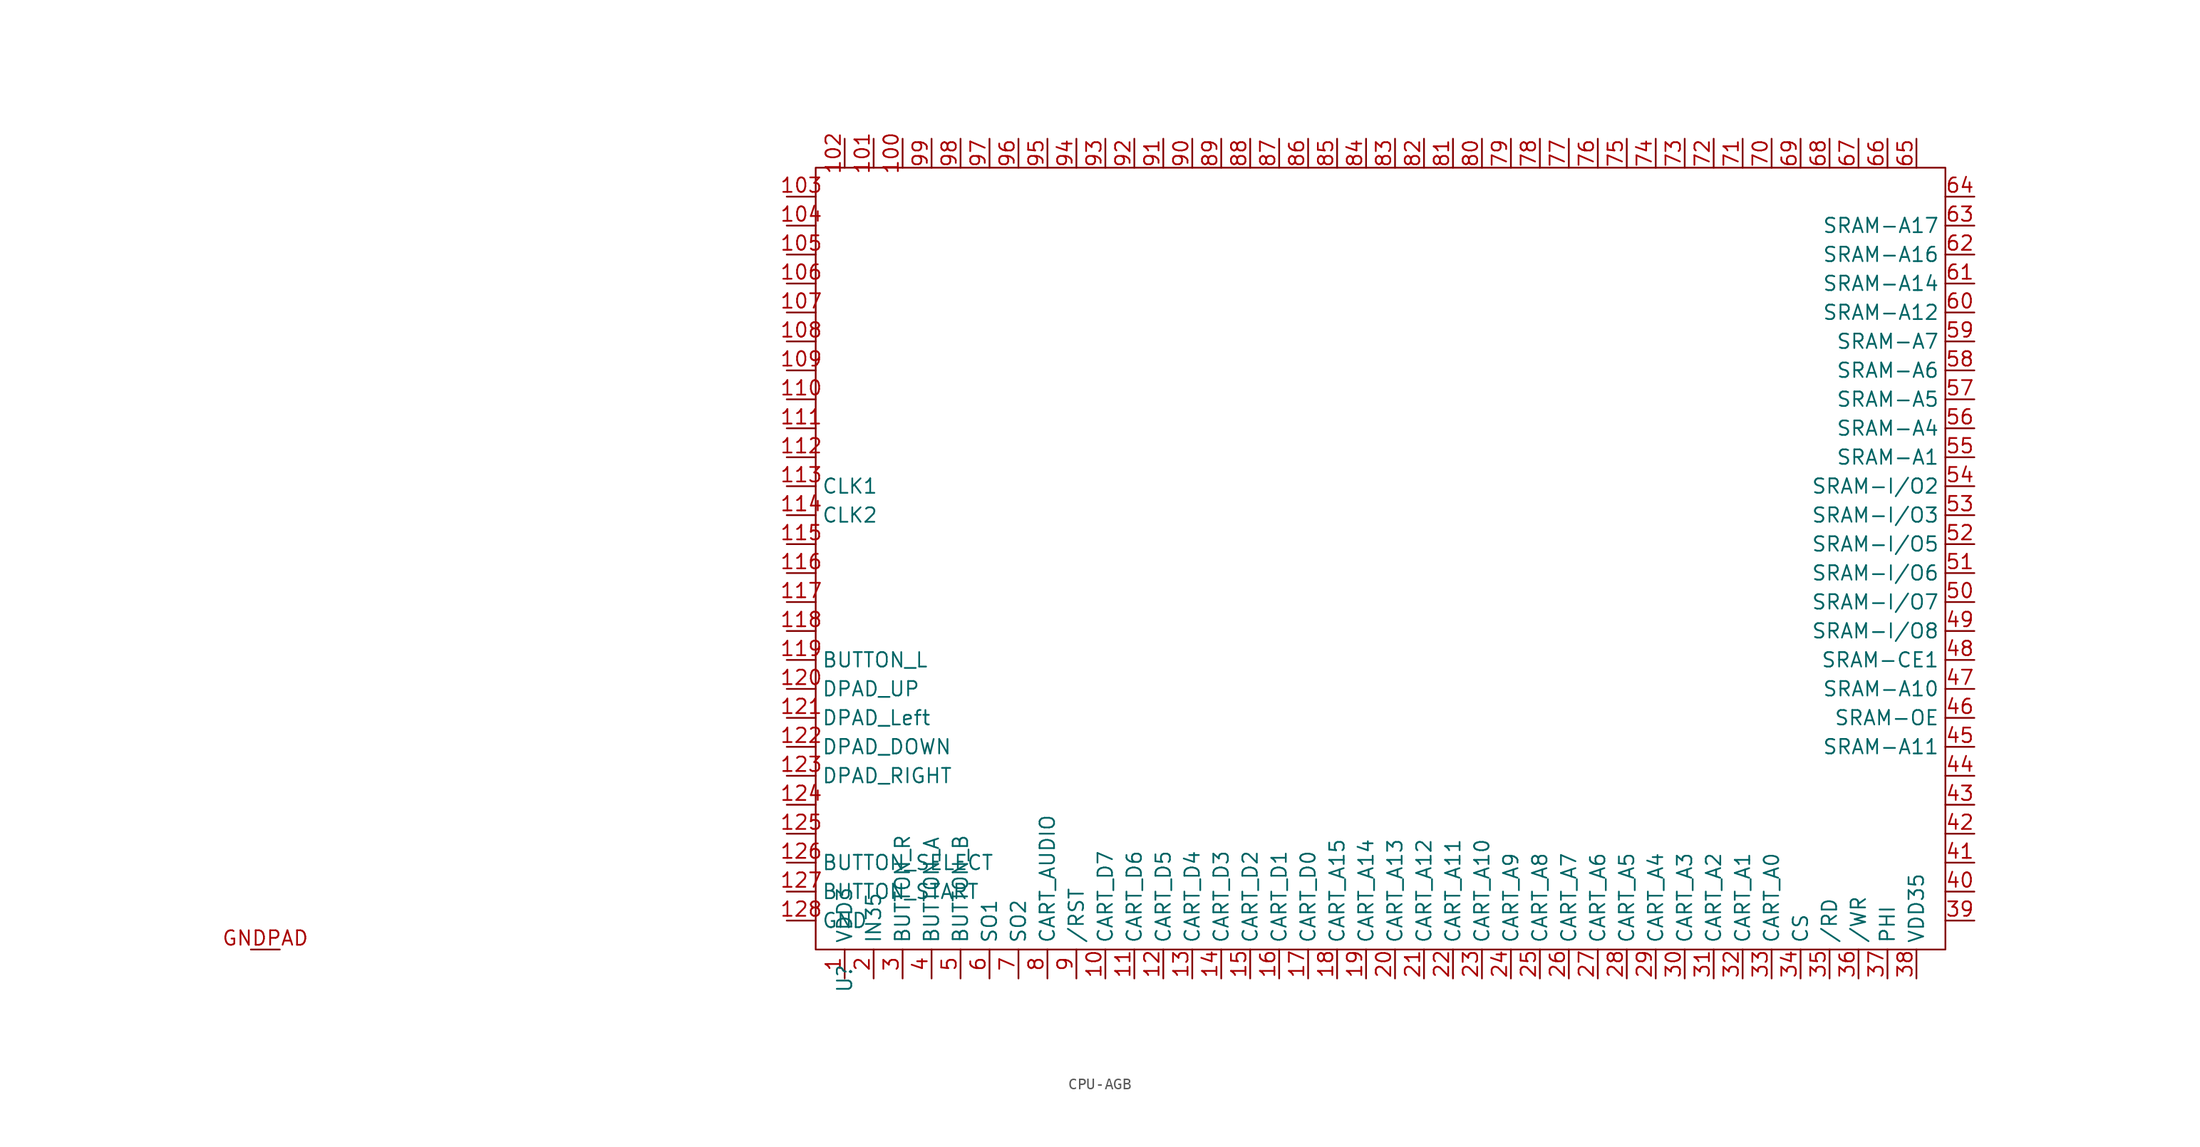
<source format=kicad_sym>
(kicad_symbol_lib
  (version 20220914)
  (generator kicad_symbol_editor)
  (symbol "CPU-AGB"
    (property "Reference" "U"
      (at -40.64 -43.18 90)
      (effects (font (size 1.27 1.27))))
    (property "Value" ""
      (at -40.64 -43.18 90)
      (effects (font (size 1.27 1.27))))
    (symbol "CPU-AGB_0_0"
      (pin input line (at -40.64 -43.18 90) (length 2.54) (name "VDD3" (effects (font (size 1.27 1.27)))) (number "1" (effects (font (size 1.27 1.27)))))
      (pin bidirectional line (at -17.78 -43.18 90) (length 2.54) (name "CART_D7" (effects (font (size 1.27 1.27)))) (number "10" (effects (font (size 1.27 1.27)))))
      (pin unspecified line (at -35.56 30.48 270) (length 2.54) (name "" (effects (font (size 1.27 1.27)))) (number "100" (effects (font (size 1.27 1.27)))))
      (pin unspecified line (at -38.1 30.48 270) (length 2.54) (name "" (effects (font (size 1.27 1.27)))) (number "101" (effects (font (size 1.27 1.27)))))
      (pin unspecified line (at -40.64 30.48 270) (length 2.54) (name "" (effects (font (size 1.27 1.27)))) (number "102" (effects (font (size 1.27 1.27)))))
      (pin unspecified line (at -45.72 25.4 0) (length 2.54) (name "" (effects (font (size 1.27 1.27)))) (number "103" (effects (font (size 1.27 1.27)))))
      (pin unspecified line (at -45.72 22.86 0) (length 2.54) (name "" (effects (font (size 1.27 1.27)))) (number "104" (effects (font (size 1.27 1.27)))))
      (pin unspecified line (at -45.72 20.32 0) (length 2.54) (name "" (effects (font (size 1.27 1.27)))) (number "105" (effects (font (size 1.27 1.27)))))
      (pin unspecified line (at -45.72 17.78 0) (length 2.54) (name "" (effects (font (size 1.27 1.27)))) (number "106" (effects (font (size 1.27 1.27)))))
      (pin unspecified line (at -45.72 15.24 0) (length 2.54) (name "" (effects (font (size 1.27 1.27)))) (number "107" (effects (font (size 1.27 1.27)))))
      (pin unspecified line (at -45.72 12.7 0) (length 2.54) (name "" (effects (font (size 1.27 1.27)))) (number "108" (effects (font (size 1.27 1.27)))))
      (pin unspecified line (at -45.72 10.16 0) (length 2.54) (name "" (effects (font (size 1.27 1.27)))) (number "109" (effects (font (size 1.27 1.27)))))
      (pin bidirectional line (at -15.24 -43.18 90) (length 2.54) (name "CART_D6" (effects (font (size 1.27 1.27)))) (number "11" (effects (font (size 1.27 1.27)))))
      (pin unspecified line (at -45.72 7.62 0) (length 2.54) (name "" (effects (font (size 1.27 1.27)))) (number "110" (effects (font (size 1.27 1.27)))))
      (pin unspecified line (at -45.72 5.08 0) (length 2.54) (name "" (effects (font (size 1.27 1.27)))) (number "111" (effects (font (size 1.27 1.27)))))
      (pin unspecified line (at -45.72 2.54 0) (length 2.54) (name "" (effects (font (size 1.27 1.27)))) (number "112" (effects (font (size 1.27 1.27)))))
      (pin input line (at -45.72 0 0) (length 2.54) (name "CLK1" (effects (font (size 1.27 1.27)))) (number "113" (effects (font (size 1.27 1.27)))))
      (pin input line (at -45.72 -2.54 0) (length 2.54) (name "CLK2" (effects (font (size 1.27 1.27)))) (number "114" (effects (font (size 1.27 1.27)))))
      (pin unspecified line (at -45.72 -5.08 0) (length 2.54) (name "" (effects (font (size 1.27 1.27)))) (number "115" (effects (font (size 1.27 1.27)))))
      (pin unspecified line (at -45.72 -7.62 0) (length 2.54) (name "" (effects (font (size 1.27 1.27)))) (number "116" (effects (font (size 1.27 1.27)))))
      (pin unspecified line (at -45.72 -10.16 0) (length 2.54) (name "" (effects (font (size 1.27 1.27)))) (number "117" (effects (font (size 1.27 1.27)))))
      (pin unspecified line (at -45.72 -12.7 0) (length 2.54) (name "" (effects (font (size 1.27 1.27)))) (number "118" (effects (font (size 1.27 1.27)))))
      (pin input line (at -45.72 -15.24 0) (length 2.54) (name "BUTTON_L" (effects (font (size 1.27 1.27)))) (number "119" (effects (font (size 1.27 1.27)))))
      (pin bidirectional line (at -12.7 -43.18 90) (length 2.54) (name "CART_D5" (effects (font (size 1.27 1.27)))) (number "12" (effects (font (size 1.27 1.27)))))
      (pin input line (at -45.72 -17.78 0) (length 2.54) (name "DPAD_UP" (effects (font (size 1.27 1.27)))) (number "120" (effects (font (size 1.27 1.27)))))
      (pin input line (at -45.72 -20.32 0) (length 2.54) (name "DPAD_Left" (effects (font (size 1.27 1.27)))) (number "121" (effects (font (size 1.27 1.27)))))
      (pin input line (at -45.72 -22.86 0) (length 2.54) (name "DPAD_DOWN" (effects (font (size 1.27 1.27)))) (number "122" (effects (font (size 1.27 1.27)))))
      (pin input line (at -45.72 -25.4 0) (length 2.54) (name "DPAD_RIGHT" (effects (font (size 1.27 1.27)))) (number "123" (effects (font (size 1.27 1.27)))))
      (pin unspecified line (at -45.72 -27.94 0) (length 2.54) (name "" (effects (font (size 1.27 1.27)))) (number "124" (effects (font (size 1.27 1.27)))))
      (pin unspecified line (at -45.72 -30.48 0) (length 2.54) (name "" (effects (font (size 1.27 1.27)))) (number "125" (effects (font (size 1.27 1.27)))))
      (pin input line (at -45.72 -33.02 0) (length 2.54) (name "BUTTON_SELECT" (effects (font (size 1.27 1.27)))) (number "126" (effects (font (size 1.27 1.27)))))
      (pin input line (at -45.72 -35.56 0) (length 2.54) (name "BUTTON_START" (effects (font (size 1.27 1.27)))) (number "127" (effects (font (size 1.27 1.27)))))
      (pin passive line (at -45.72 -38.1 0) (length 2.54) (name "GND" (effects (font (size 1.27 1.27)))) (number "128" (effects (font (size 1.27 1.27)))))
      (pin bidirectional line (at -10.16 -43.18 90) (length 2.54) (name "CART_D4" (effects (font (size 1.27 1.27)))) (number "13" (effects (font (size 1.27 1.27)))))
      (pin bidirectional line (at -7.62 -43.18 90) (length 2.54) (name "CART_D3" (effects (font (size 1.27 1.27)))) (number "14" (effects (font (size 1.27 1.27)))))
      (pin bidirectional line (at -5.08 -43.18 90) (length 2.54) (name "CART_D2" (effects (font (size 1.27 1.27)))) (number "15" (effects (font (size 1.27 1.27)))))
      (pin bidirectional line (at -2.54 -43.18 90) (length 2.54) (name "CART_D1" (effects (font (size 1.27 1.27)))) (number "16" (effects (font (size 1.27 1.27)))))
      (pin bidirectional line (at 0 -43.18 90) (length 2.54) (name "CART_D0" (effects (font (size 1.27 1.27)))) (number "17" (effects (font (size 1.27 1.27)))))
      (pin output line (at 2.54 -43.18 90) (length 2.54) (name "CART_A15" (effects (font (size 1.27 1.27)))) (number "18" (effects (font (size 1.27 1.27)))))
      (pin output line (at 5.08 -43.18 90) (length 2.54) (name "CART_A14" (effects (font (size 1.27 1.27)))) (number "19" (effects (font (size 1.27 1.27)))))
      (pin input line (at -38.1 -43.18 90) (length 2.54) (name "IN35" (effects (font (size 1.27 1.27)))) (number "2" (effects (font (size 1.27 1.27)))))
      (pin output line (at 7.62 -43.18 90) (length 2.54) (name "CART_A13" (effects (font (size 1.27 1.27)))) (number "20" (effects (font (size 1.27 1.27)))))
      (pin output line (at 10.16 -43.18 90) (length 2.54) (name "CART_A12" (effects (font (size 1.27 1.27)))) (number "21" (effects (font (size 1.27 1.27)))))
      (pin output line (at 12.7 -43.18 90) (length 2.54) (name "CART_A11" (effects (font (size 1.27 1.27)))) (number "22" (effects (font (size 1.27 1.27)))))
      (pin output line (at 15.24 -43.18 90) (length 2.54) (name "CART_A10" (effects (font (size 1.27 1.27)))) (number "23" (effects (font (size 1.27 1.27)))))
      (pin output line (at 17.78 -43.18 90) (length 2.54) (name "CART_A9" (effects (font (size 1.27 1.27)))) (number "24" (effects (font (size 1.27 1.27)))))
      (pin output line (at 20.32 -43.18 90) (length 2.54) (name "CART_A8" (effects (font (size 1.27 1.27)))) (number "25" (effects (font (size 1.27 1.27)))))
      (pin output line (at 22.86 -43.18 90) (length 2.54) (name "CART_A7" (effects (font (size 1.27 1.27)))) (number "26" (effects (font (size 1.27 1.27)))))
      (pin output line (at 25.4 -43.18 90) (length 2.54) (name "CART_A6" (effects (font (size 1.27 1.27)))) (number "27" (effects (font (size 1.27 1.27)))))
      (pin output line (at 27.94 -43.18 90) (length 2.54) (name "CART_A5" (effects (font (size 1.27 1.27)))) (number "28" (effects (font (size 1.27 1.27)))))
      (pin output line (at 30.48 -43.18 90) (length 2.54) (name "CART_A4" (effects (font (size 1.27 1.27)))) (number "29" (effects (font (size 1.27 1.27)))))
      (pin input line (at -35.56 -43.18 90) (length 2.54) (name "BUTTON_R" (effects (font (size 1.27 1.27)))) (number "3" (effects (font (size 1.27 1.27)))))
      (pin output line (at 33.02 -43.18 90) (length 2.54) (name "CART_A3" (effects (font (size 1.27 1.27)))) (number "30" (effects (font (size 1.27 1.27)))))
      (pin output line (at 35.56 -43.18 90) (length 2.54) (name "CART_A2" (effects (font (size 1.27 1.27)))) (number "31" (effects (font (size 1.27 1.27)))))
      (pin output line (at 38.1 -43.18 90) (length 2.54) (name "CART_A1" (effects (font (size 1.27 1.27)))) (number "32" (effects (font (size 1.27 1.27)))))
      (pin output line (at 40.64 -43.18 90) (length 2.54) (name "CART_A0" (effects (font (size 1.27 1.27)))) (number "33" (effects (font (size 1.27 1.27)))))
      (pin output line (at 43.18 -43.18 90) (length 2.54) (name "CS" (effects (font (size 1.27 1.27)))) (number "34" (effects (font (size 1.27 1.27)))))
      (pin input line (at 45.72 -43.18 90) (length 2.54) (name "/RD" (effects (font (size 1.27 1.27)))) (number "35" (effects (font (size 1.27 1.27)))))
      (pin input line (at 48.26 -43.18 90) (length 2.54) (name "/WR" (effects (font (size 1.27 1.27)))) (number "36" (effects (font (size 1.27 1.27)))))
      (pin output line (at 50.8 -43.18 90) (length 2.54) (name "PHI" (effects (font (size 1.27 1.27)))) (number "37" (effects (font (size 1.27 1.27)))))
      (pin output line (at 53.34 -43.18 90) (length 2.54) (name "VDD35" (effects (font (size 1.27 1.27)))) (number "38" (effects (font (size 1.27 1.27)))))
      (pin unspecified line (at 58.42 -38.1 180) (length 2.54) (name "" (effects (font (size 1.27 1.27)))) (number "39" (effects (font (size 1.27 1.27)))))
      (pin input line (at -33.02 -43.18 90) (length 2.54) (name "BUTTON_A" (effects (font (size 1.27 1.27)))) (number "4" (effects (font (size 1.27 1.27)))))
      (pin unspecified line (at 58.42 -35.56 180) (length 2.54) (name "" (effects (font (size 1.27 1.27)))) (number "40" (effects (font (size 1.27 1.27)))))
      (pin unspecified line (at 58.42 -33.02 180) (length 2.54) (name "" (effects (font (size 1.27 1.27)))) (number "41" (effects (font (size 1.27 1.27)))))
      (pin unspecified line (at 58.42 -30.48 180) (length 2.54) (name "" (effects (font (size 1.27 1.27)))) (number "42" (effects (font (size 1.27 1.27)))))
      (pin unspecified line (at 58.42 -27.94 180) (length 2.54) (name "" (effects (font (size 1.27 1.27)))) (number "43" (effects (font (size 1.27 1.27)))))
      (pin unspecified line (at 58.42 -25.4 180) (length 2.54) (name "" (effects (font (size 1.27 1.27)))) (number "44" (effects (font (size 1.27 1.27)))))
      (pin output line (at 58.42 -22.86 180) (length 2.54) (name "SRAM-A11" (effects (font (size 1.27 1.27)))) (number "45" (effects (font (size 1.27 1.27)))))
      (pin unspecified line (at 58.42 -20.32 180) (length 2.54) (name "SRAM-OE" (effects (font (size 1.27 1.27)))) (number "46" (effects (font (size 1.27 1.27)))))
      (pin output line (at 58.42 -17.78 180) (length 2.54) (name "SRAM-A10" (effects (font (size 1.27 1.27)))) (number "47" (effects (font (size 1.27 1.27)))))
      (pin unspecified line (at 58.42 -15.24 180) (length 2.54) (name "SRAM-CE1" (effects (font (size 1.27 1.27)))) (number "48" (effects (font (size 1.27 1.27)))))
      (pin bidirectional line (at 58.42 -12.7 180) (length 2.54) (name "SRAM-I/O8" (effects (font (size 1.27 1.27)))) (number "49" (effects (font (size 1.27 1.27)))))
      (pin input line (at -30.48 -43.18 90) (length 2.54) (name "BUTTON_B" (effects (font (size 1.27 1.27)))) (number "5" (effects (font (size 1.27 1.27)))))
      (pin bidirectional line (at 58.42 -10.16 180) (length 2.54) (name "SRAM-I/O7" (effects (font (size 1.27 1.27)))) (number "50" (effects (font (size 1.27 1.27)))))
      (pin bidirectional line (at 58.42 -7.62 180) (length 2.54) (name "SRAM-I/O6" (effects (font (size 1.27 1.27)))) (number "51" (effects (font (size 1.27 1.27)))))
      (pin bidirectional line (at 58.42 -5.08 180) (length 2.54) (name "SRAM-I/O5" (effects (font (size 1.27 1.27)))) (number "52" (effects (font (size 1.27 1.27)))))
      (pin bidirectional line (at 58.42 -2.54 180) (length 2.54) (name "SRAM-I/O3" (effects (font (size 1.27 1.27)))) (number "53" (effects (font (size 1.27 1.27)))))
      (pin bidirectional line (at 58.42 0 180) (length 2.54) (name "SRAM-I/O2" (effects (font (size 1.27 1.27)))) (number "54" (effects (font (size 1.27 1.27)))))
      (pin output line (at 58.42 2.54 180) (length 2.54) (name "SRAM-A1" (effects (font (size 1.27 1.27)))) (number "55" (effects (font (size 1.27 1.27)))))
      (pin output line (at 58.42 5.08 180) (length 2.54) (name "SRAM-A4" (effects (font (size 1.27 1.27)))) (number "56" (effects (font (size 1.27 1.27)))))
      (pin output line (at 58.42 7.62 180) (length 2.54) (name "SRAM-A5" (effects (font (size 1.27 1.27)))) (number "57" (effects (font (size 1.27 1.27)))))
      (pin output line (at 58.42 10.16 180) (length 2.54) (name "SRAM-A6" (effects (font (size 1.27 1.27)))) (number "58" (effects (font (size 1.27 1.27)))))
      (pin output line (at 58.42 12.7 180) (length 2.54) (name "SRAM-A7" (effects (font (size 1.27 1.27)))) (number "59" (effects (font (size 1.27 1.27)))))
      (pin output line (at -27.94 -43.18 90) (length 2.54) (name "SO1" (effects (font (size 1.27 1.27)))) (number "6" (effects (font (size 1.27 1.27)))))
      (pin output line (at 58.42 15.24 180) (length 2.54) (name "SRAM-A12" (effects (font (size 1.27 1.27)))) (number "60" (effects (font (size 1.27 1.27)))))
      (pin output line (at 58.42 17.78 180) (length 2.54) (name "SRAM-A14" (effects (font (size 1.27 1.27)))) (number "61" (effects (font (size 1.27 1.27)))))
      (pin output line (at 58.42 20.32 180) (length 2.54) (name "SRAM-A16" (effects (font (size 1.27 1.27)))) (number "62" (effects (font (size 1.27 1.27)))))
      (pin output line (at 58.42 22.86 180) (length 2.54) (name "SRAM-A17" (effects (font (size 1.27 1.27)))) (number "63" (effects (font (size 1.27 1.27)))))
      (pin unspecified line (at 58.42 25.4 180) (length 2.54) (name "" (effects (font (size 1.27 1.27)))) (number "64" (effects (font (size 1.27 1.27)))))
      (pin unspecified line (at 53.34 30.48 270) (length 2.54) (name "" (effects (font (size 1.27 1.27)))) (number "65" (effects (font (size 1.27 1.27)))))
      (pin unspecified line (at 50.8 30.48 270) (length 2.54) (name "" (effects (font (size 1.27 1.27)))) (number "66" (effects (font (size 1.27 1.27)))))
      (pin unspecified line (at 48.26 30.48 270) (length 2.54) (name "" (effects (font (size 1.27 1.27)))) (number "67" (effects (font (size 1.27 1.27)))))
      (pin unspecified line (at 45.72 30.48 270) (length 2.54) (name "" (effects (font (size 1.27 1.27)))) (number "68" (effects (font (size 1.27 1.27)))))
      (pin unspecified line (at 43.18 30.48 270) (length 2.54) (name "" (effects (font (size 1.27 1.27)))) (number "69" (effects (font (size 1.27 1.27)))))
      (pin output line (at -25.4 -43.18 90) (length 2.54) (name "SO2" (effects (font (size 1.27 1.27)))) (number "7" (effects (font (size 1.27 1.27)))))
      (pin unspecified line (at 40.64 30.48 270) (length 2.54) (name "" (effects (font (size 1.27 1.27)))) (number "70" (effects (font (size 1.27 1.27)))))
      (pin unspecified line (at 38.1 30.48 270) (length 2.54) (name "" (effects (font (size 1.27 1.27)))) (number "71" (effects (font (size 1.27 1.27)))))
      (pin unspecified line (at 35.56 30.48 270) (length 2.54) (name "" (effects (font (size 1.27 1.27)))) (number "72" (effects (font (size 1.27 1.27)))))
      (pin unspecified line (at 33.02 30.48 270) (length 2.54) (name "" (effects (font (size 1.27 1.27)))) (number "73" (effects (font (size 1.27 1.27)))))
      (pin unspecified line (at 30.48 30.48 270) (length 2.54) (name "" (effects (font (size 1.27 1.27)))) (number "74" (effects (font (size 1.27 1.27)))))
      (pin unspecified line (at 27.94 30.48 270) (length 2.54) (name "" (effects (font (size 1.27 1.27)))) (number "75" (effects (font (size 1.27 1.27)))))
      (pin unspecified line (at 25.4 30.48 270) (length 2.54) (name "" (effects (font (size 1.27 1.27)))) (number "76" (effects (font (size 1.27 1.27)))))
      (pin unspecified line (at 22.86 30.48 270) (length 2.54) (name "" (effects (font (size 1.27 1.27)))) (number "77" (effects (font (size 1.27 1.27)))))
      (pin unspecified line (at 20.32 30.48 270) (length 2.54) (name "" (effects (font (size 1.27 1.27)))) (number "78" (effects (font (size 1.27 1.27)))))
      (pin unspecified line (at 17.78 30.48 270) (length 2.54) (name "" (effects (font (size 1.27 1.27)))) (number "79" (effects (font (size 1.27 1.27)))))
      (pin input line (at -22.86 -43.18 90) (length 2.54) (name "CART_AUDIO" (effects (font (size 1.27 1.27)))) (number "8" (effects (font (size 1.27 1.27)))))
      (pin unspecified line (at 15.24 30.48 270) (length 2.54) (name "" (effects (font (size 1.27 1.27)))) (number "80" (effects (font (size 1.27 1.27)))))
      (pin unspecified line (at 12.7 30.48 270) (length 2.54) (name "" (effects (font (size 1.27 1.27)))) (number "81" (effects (font (size 1.27 1.27)))))
      (pin unspecified line (at 10.16 30.48 270) (length 2.54) (name "" (effects (font (size 1.27 1.27)))) (number "82" (effects (font (size 1.27 1.27)))))
      (pin unspecified line (at 7.62 30.48 270) (length 2.54) (name "" (effects (font (size 1.27 1.27)))) (number "83" (effects (font (size 1.27 1.27)))))
      (pin unspecified line (at 5.08 30.48 270) (length 2.54) (name "" (effects (font (size 1.27 1.27)))) (number "84" (effects (font (size 1.27 1.27)))))
      (pin unspecified line (at 2.54 30.48 270) (length 2.54) (name "" (effects (font (size 1.27 1.27)))) (number "85" (effects (font (size 1.27 1.27)))))
      (pin unspecified line (at 0 30.48 270) (length 2.54) (name "" (effects (font (size 1.27 1.27)))) (number "86" (effects (font (size 1.27 1.27)))))
      (pin unspecified line (at -2.54 30.48 270) (length 2.54) (name "" (effects (font (size 1.27 1.27)))) (number "87" (effects (font (size 1.27 1.27)))))
      (pin unspecified line (at -5.08 30.48 270) (length 2.54) (name "" (effects (font (size 1.27 1.27)))) (number "88" (effects (font (size 1.27 1.27)))))
      (pin unspecified line (at -7.62 30.48 270) (length 2.54) (name "" (effects (font (size 1.27 1.27)))) (number "89" (effects (font (size 1.27 1.27)))))
      (pin input line (at -20.32 -43.18 90) (length 2.54) (name "/RST" (effects (font (size 1.27 1.27)))) (number "9" (effects (font (size 1.27 1.27)))))
      (pin unspecified line (at -10.16 30.48 270) (length 2.54) (name "" (effects (font (size 1.27 1.27)))) (number "90" (effects (font (size 1.27 1.27)))))
      (pin unspecified line (at -12.7 30.48 270) (length 2.54) (name "" (effects (font (size 1.27 1.27)))) (number "91" (effects (font (size 1.27 1.27)))))
      (pin unspecified line (at -15.24 30.48 270) (length 2.54) (name "" (effects (font (size 1.27 1.27)))) (number "92" (effects (font (size 1.27 1.27)))))
      (pin unspecified line (at -17.78 30.48 270) (length 2.54) (name "" (effects (font (size 1.27 1.27)))) (number "93" (effects (font (size 1.27 1.27)))))
      (pin unspecified line (at -20.32 30.48 270) (length 2.54) (name "" (effects (font (size 1.27 1.27)))) (number "94" (effects (font (size 1.27 1.27)))))
      (pin unspecified line (at -22.86 30.48 270) (length 2.54) (name "" (effects (font (size 1.27 1.27)))) (number "95" (effects (font (size 1.27 1.27)))))
      (pin unspecified line (at -25.4 30.48 270) (length 2.54) (name "" (effects (font (size 1.27 1.27)))) (number "96" (effects (font (size 1.27 1.27)))))
      (pin unspecified line (at -27.94 30.48 270) (length 2.54) (name "" (effects (font (size 1.27 1.27)))) (number "97" (effects (font (size 1.27 1.27)))))
      (pin unspecified line (at -30.48 30.48 270) (length 2.54) (name "" (effects (font (size 1.27 1.27)))) (number "98" (effects (font (size 1.27 1.27)))))
      (pin unspecified line (at -33.02 30.48 270) (length 2.54) (name "" (effects (font (size 1.27 1.27)))) (number "99" (effects (font (size 1.27 1.27)))))
      (pin unspecified line (at -92.71 -40.64 0) (length 2.54) (name "" (effects (font (size 1.27 1.27)))) (number "GNDPAD" (effects (font (size 1.27 1.27))))))
    (symbol "CPU-AGB_0_1"
      (rectangle (start -43.18 27.94) (end 55.88 -40.64) (stroke (width 0) (type default)) (fill (type none))))))
</source>
